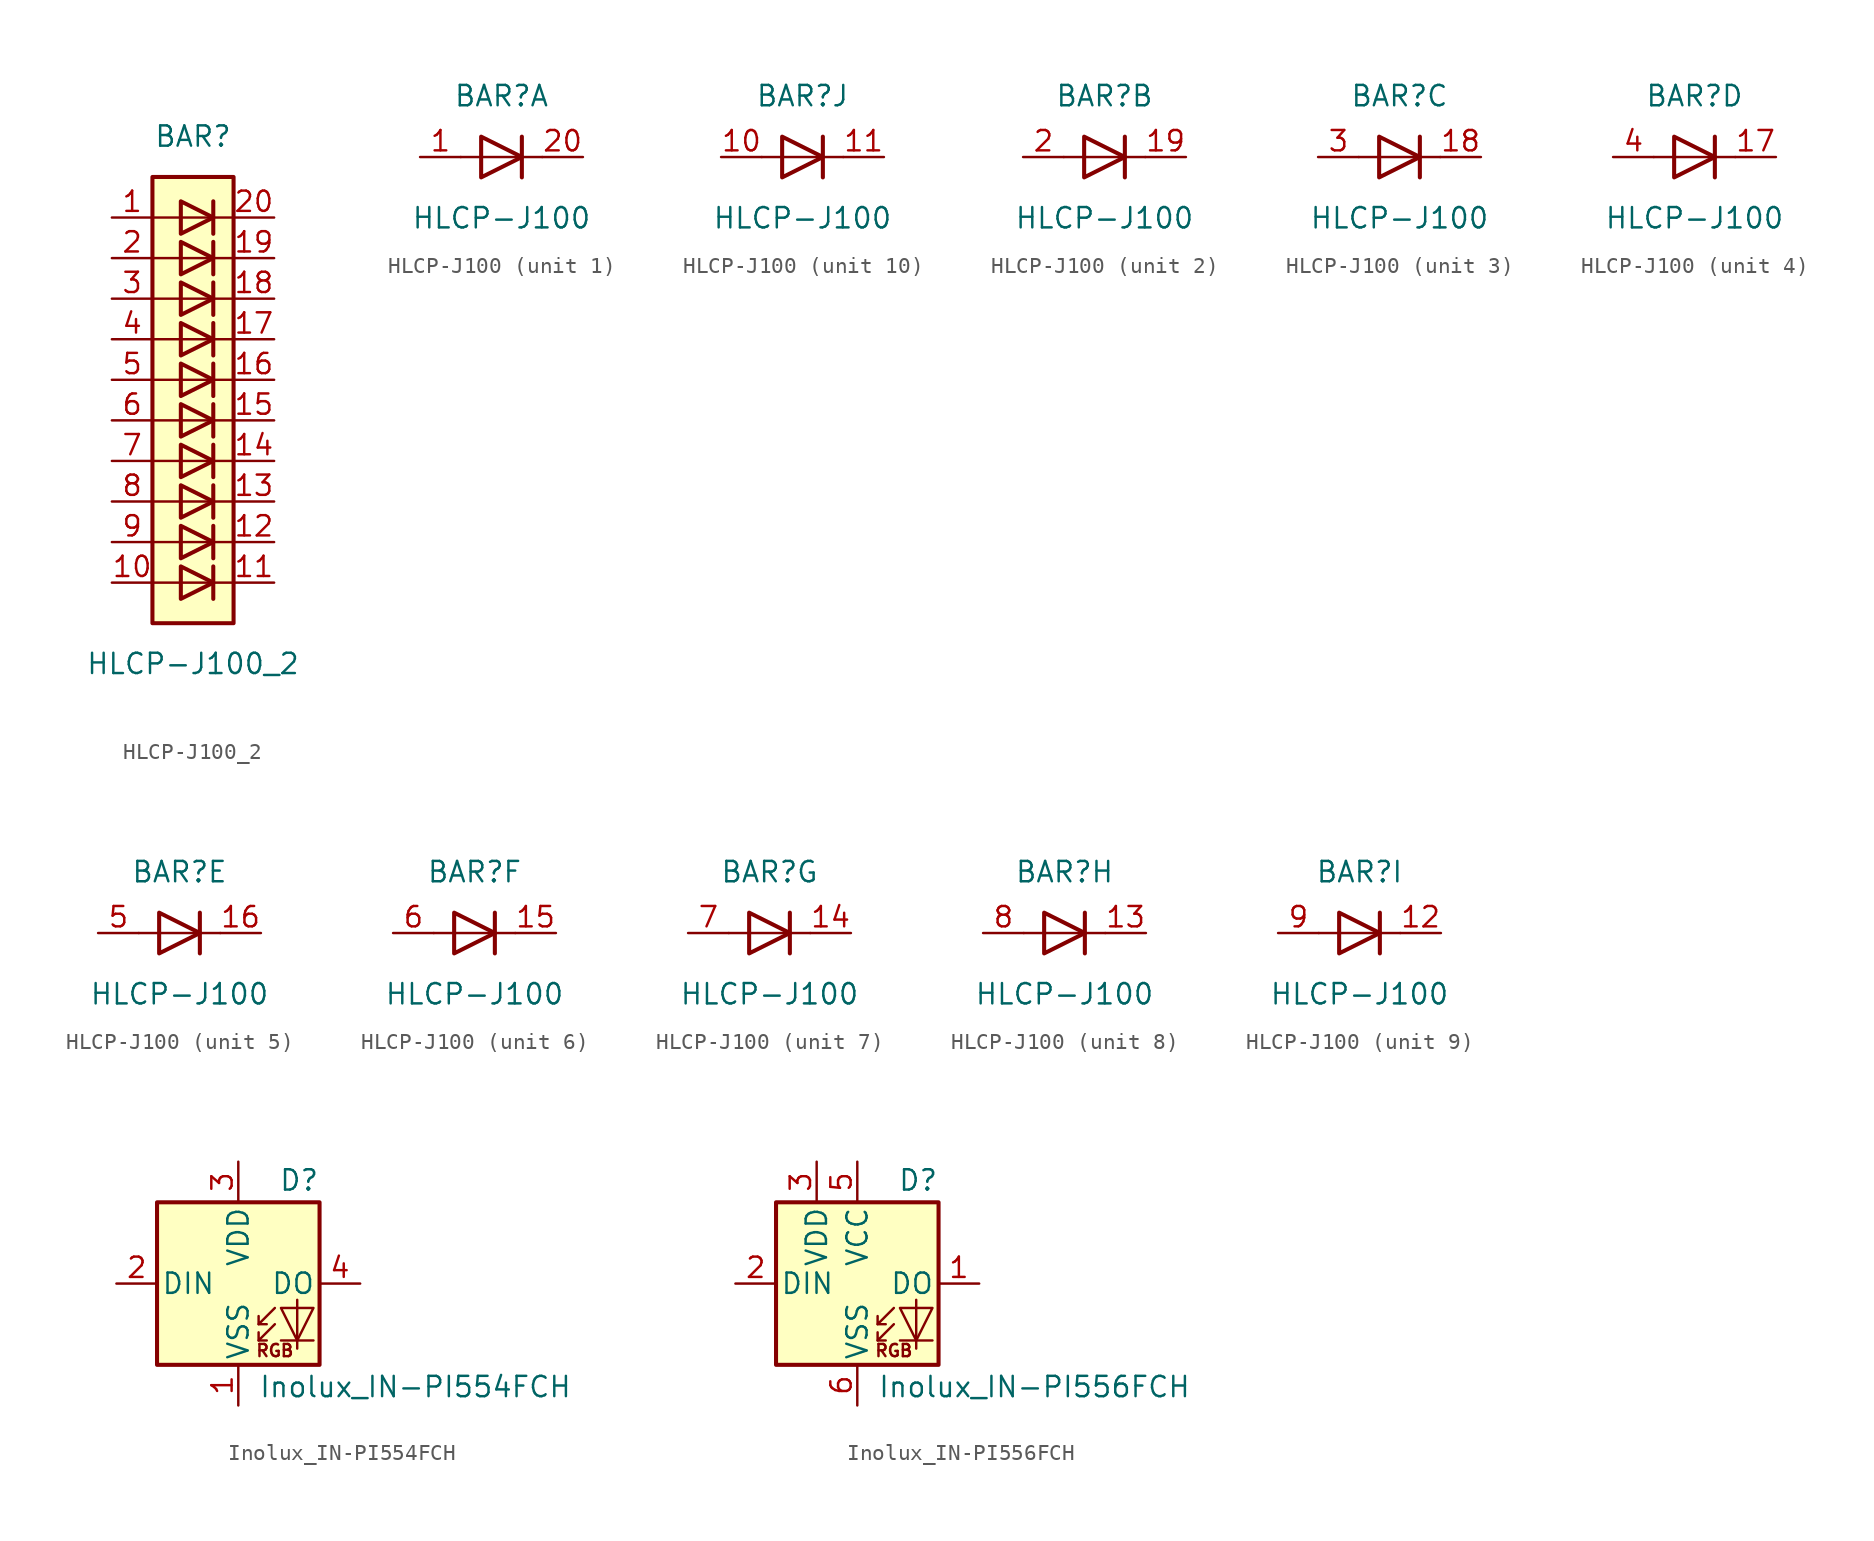
<source format=kicad_sym>
(kicad_symbol_lib
  (version 20220914)
  (generator kicad_symbol_editor)
  (symbol "HLCP-J100_2"
    (pin_names
      (offset 1.016) hide)
    (property "Reference" "BAR"
      (at 0 15.24 0)
      (effects (font (size 1.27 1.27))))
    (property "Value" "HLCP-J100_2"
      (at 0 -17.78 0)
      (effects (font (size 1.27 1.27))))
    (symbol "HLCP-J100_2_0_1"
      (rectangle (start -2.54 12.7) (end 2.54 -15.24) (stroke (width 0.254) (type solid)) (fill (type background)))
      (polyline (pts (xy -2.54 -12.7) (xy 2.54 -12.7)) (stroke (width 0) (type solid)) (fill (type none)))
      (polyline (pts (xy -2.54 -10.16) (xy 2.54 -10.16)) (stroke (width 0) (type solid)) (fill (type none)))
      (polyline (pts (xy -2.54 -7.62) (xy 2.54 -7.62)) (stroke (width 0) (type solid)) (fill (type none)))
      (polyline (pts (xy -2.54 -5.08) (xy 2.54 -5.08)) (stroke (width 0) (type solid)) (fill (type none)))
      (polyline (pts (xy -2.54 0) (xy 2.54 0)) (stroke (width 0) (type solid)) (fill (type none)))
      (polyline (pts (xy -2.54 5.08) (xy 2.54 5.08)) (stroke (width 0) (type solid)) (fill (type none)))
      (polyline (pts (xy -2.54 7.62) (xy 2.54 7.62)) (stroke (width 0) (type solid)) (fill (type none)))
      (polyline (pts (xy -2.54 10.16) (xy 2.54 10.16)) (stroke (width 0) (type solid)) (fill (type none)))
      (polyline (pts (xy 1.27 -11.684) (xy 1.27 -13.716)) (stroke (width 0.254) (type solid)) (fill (type none)))
      (polyline (pts (xy 1.27 -9.144) (xy 1.27 -11.176)) (stroke (width 0.254) (type solid)) (fill (type none)))
      (polyline (pts (xy 1.27 -6.604) (xy 1.27 -8.636)) (stroke (width 0.254) (type solid)) (fill (type none)))
      (polyline (pts (xy 1.27 -4.064) (xy 1.27 -6.096)) (stroke (width 0.254) (type solid)) (fill (type none)))
      (polyline (pts (xy 1.27 -1.524) (xy 1.27 -3.556)) (stroke (width 0.254) (type solid)) (fill (type none)))
      (polyline (pts (xy 1.27 1.016) (xy 1.27 -1.016)) (stroke (width 0.254) (type solid)) (fill (type none)))
      (polyline (pts (xy 1.27 3.556) (xy 1.27 1.524)) (stroke (width 0.254) (type solid)) (fill (type none)))
      (polyline (pts (xy 1.27 6.096) (xy 1.27 4.064)) (stroke (width 0.254) (type solid)) (fill (type none)))
      (polyline (pts (xy 1.27 8.636) (xy 1.27 6.604)) (stroke (width 0.254) (type solid)) (fill (type none)))
      (polyline (pts (xy 1.27 11.176) (xy 1.27 9.144)) (stroke (width 0.254) (type solid)) (fill (type none)))
      (polyline (pts (xy 2.54 -2.54) (xy -2.54 -2.54)) (stroke (width 0) (type solid)) (fill (type none)))
      (polyline (pts (xy 2.54 2.54) (xy -2.54 2.54)) (stroke (width 0) (type solid)) (fill (type none)))
      (polyline (pts (xy -0.762 -11.684) (xy -0.762 -13.716) (xy 1.27 -12.7) (xy -0.762 -11.684)) (stroke (width 0.254) (type solid)) (fill (type none)))
      (polyline (pts (xy -0.762 -9.144) (xy -0.762 -11.176) (xy 1.27 -10.16) (xy -0.762 -9.144)) (stroke (width 0.254) (type solid)) (fill (type none)))
      (polyline (pts (xy -0.762 -6.604) (xy -0.762 -8.636) (xy 1.27 -7.62) (xy -0.762 -6.604)) (stroke (width 0.254) (type solid)) (fill (type none)))
      (polyline (pts (xy -0.762 -4.064) (xy -0.762 -6.096) (xy 1.27 -5.08) (xy -0.762 -4.064)) (stroke (width 0.254) (type solid)) (fill (type none)))
      (polyline (pts (xy -0.762 -1.524) (xy -0.762 -3.556) (xy 1.27 -2.54) (xy -0.762 -1.524)) (stroke (width 0.254) (type solid)) (fill (type none)))
      (polyline (pts (xy -0.762 1.016) (xy -0.762 -1.016) (xy 1.27 0) (xy -0.762 1.016)) (stroke (width 0.254) (type solid)) (fill (type none)))
      (polyline (pts (xy -0.762 3.556) (xy -0.762 1.524) (xy 1.27 2.54) (xy -0.762 3.556)) (stroke (width 0.254) (type solid)) (fill (type none)))
      (polyline (pts (xy -0.762 6.096) (xy -0.762 4.064) (xy 1.27 5.08) (xy -0.762 6.096)) (stroke (width 0.254) (type solid)) (fill (type none)))
      (polyline (pts (xy -0.762 8.636) (xy -0.762 6.604) (xy 1.27 7.62) (xy -0.762 8.636)) (stroke (width 0.254) (type solid)) (fill (type none)))
      (polyline (pts (xy -0.762 11.176) (xy -0.762 9.144) (xy 1.27 10.16) (xy -0.762 11.176)) (stroke (width 0.254) (type solid)) (fill (type none))))
    (symbol "HLCP-J100_2_1_1"
      (pin passive line (at -5.08 10.16 0) (length 2.54) (name "A" (effects (font (size 1.27 1.27)))) (number "1" (effects (font (size 1.27 1.27)))))
      (pin passive line (at -5.08 -12.7 0) (length 2.54) (name "A" (effects (font (size 1.27 1.27)))) (number "10" (effects (font (size 1.27 1.27)))))
      (pin passive line (at 5.08 -12.7 180) (length 2.54) (name "K" (effects (font (size 1.27 1.27)))) (number "11" (effects (font (size 1.27 1.27)))))
      (pin passive line (at 5.08 -10.16 180) (length 2.54) (name "K" (effects (font (size 1.27 1.27)))) (number "12" (effects (font (size 1.27 1.27)))))
      (pin passive line (at 5.08 -7.62 180) (length 2.54) (name "K" (effects (font (size 1.27 1.27)))) (number "13" (effects (font (size 1.27 1.27)))))
      (pin passive line (at 5.08 -5.08 180) (length 2.54) (name "K" (effects (font (size 1.27 1.27)))) (number "14" (effects (font (size 1.27 1.27)))))
      (pin passive line (at 5.08 -2.54 180) (length 2.54) (name "K" (effects (font (size 1.27 1.27)))) (number "15" (effects (font (size 1.27 1.27)))))
      (pin passive line (at 5.08 0 180) (length 2.54) (name "K" (effects (font (size 1.27 1.27)))) (number "16" (effects (font (size 1.27 1.27)))))
      (pin passive line (at 5.08 2.54 180) (length 2.54) (name "K" (effects (font (size 1.27 1.27)))) (number "17" (effects (font (size 1.27 1.27)))))
      (pin passive line (at 5.08 5.08 180) (length 2.54) (name "K" (effects (font (size 1.27 1.27)))) (number "18" (effects (font (size 1.27 1.27)))))
      (pin passive line (at 5.08 7.62 180) (length 2.54) (name "K" (effects (font (size 1.27 1.27)))) (number "19" (effects (font (size 1.27 1.27)))))
      (pin passive line (at -5.08 7.62 0) (length 2.54) (name "A" (effects (font (size 1.27 1.27)))) (number "2" (effects (font (size 1.27 1.27)))))
      (pin passive line (at 5.08 10.16 180) (length 2.54) (name "K" (effects (font (size 1.27 1.27)))) (number "20" (effects (font (size 1.27 1.27)))))
      (pin passive line (at -5.08 5.08 0) (length 2.54) (name "A" (effects (font (size 1.27 1.27)))) (number "3" (effects (font (size 1.27 1.27)))))
      (pin passive line (at -5.08 2.54 0) (length 2.54) (name "A" (effects (font (size 1.27 1.27)))) (number "4" (effects (font (size 1.27 1.27)))))
      (pin passive line (at -5.08 0 0) (length 2.54) (name "A" (effects (font (size 1.27 1.27)))) (number "5" (effects (font (size 1.27 1.27)))))
      (pin passive line (at -5.08 -2.54 0) (length 2.54) (name "A" (effects (font (size 1.27 1.27)))) (number "6" (effects (font (size 1.27 1.27)))))
      (pin passive line (at -5.08 -5.08 0) (length 2.54) (name "A" (effects (font (size 1.27 1.27)))) (number "7" (effects (font (size 1.27 1.27)))))
      (pin passive line (at -5.08 -7.62 0) (length 2.54) (name "A" (effects (font (size 1.27 1.27)))) (number "8" (effects (font (size 1.27 1.27)))))
      (pin passive line (at -5.08 -10.16 0) (length 2.54) (name "A" (effects (font (size 1.27 1.27)))) (number "9" (effects (font (size 1.27 1.27)))))))
  (symbol "HLCP-J100"
    (pin_names
      (offset 1.016) hide)
    (property "Reference" "BAR"
      (at 0 3.81 0)
      (effects (font (size 1.27 1.27))))
    (property "Value" "HLCP-J100"
      (at 0 -3.81 0)
      (effects (font (size 1.27 1.27))))
    (symbol "HLCP-J100_0_1"
      (polyline (pts (xy -2.54 0) (xy 2.54 0)) (stroke (width 0) (type solid)) (fill (type none)))
      (polyline (pts (xy 1.27 -1.27) (xy 1.27 1.27)) (stroke (width 0.254) (type solid)) (fill (type none)))
      (polyline (pts (xy -1.27 1.27) (xy -1.27 -1.27) (xy 1.27 0) (xy -1.27 1.27)) (stroke (width 0.254) (type solid)) (fill (type none))))
    (symbol "HLCP-J100_1_1"
      (pin passive line (at -5.08 0 0) (length 2.54) (name "A" (effects (font (size 1.27 1.27)))) (number "1" (effects (font (size 1.27 1.27)))))
      (pin passive line (at 5.08 0 180) (length 2.54) (name "K" (effects (font (size 1.27 1.27)))) (number "20" (effects (font (size 1.27 1.27))))))
    (symbol "HLCP-J100_2_1"
      (pin passive line (at 5.08 0 180) (length 2.54) (name "K" (effects (font (size 1.27 1.27)))) (number "19" (effects (font (size 1.27 1.27)))))
      (pin passive line (at -5.08 0 0) (length 2.54) (name "A" (effects (font (size 1.27 1.27)))) (number "2" (effects (font (size 1.27 1.27))))))
    (symbol "HLCP-J100_3_1"
      (pin passive line (at 5.08 0 180) (length 2.54) (name "K" (effects (font (size 1.27 1.27)))) (number "18" (effects (font (size 1.27 1.27)))))
      (pin passive line (at -5.08 0 0) (length 2.54) (name "A" (effects (font (size 1.27 1.27)))) (number "3" (effects (font (size 1.27 1.27))))))
    (symbol "HLCP-J100_4_1"
      (pin passive line (at 5.08 0 180) (length 2.54) (name "K" (effects (font (size 1.27 1.27)))) (number "17" (effects (font (size 1.27 1.27)))))
      (pin passive line (at -5.08 0 0) (length 2.54) (name "A" (effects (font (size 1.27 1.27)))) (number "4" (effects (font (size 1.27 1.27))))))
    (symbol "HLCP-J100_5_1"
      (pin passive line (at 5.08 0 180) (length 2.54) (name "K" (effects (font (size 1.27 1.27)))) (number "16" (effects (font (size 1.27 1.27)))))
      (pin passive line (at -5.08 0 0) (length 2.54) (name "A" (effects (font (size 1.27 1.27)))) (number "5" (effects (font (size 1.27 1.27))))))
    (symbol "HLCP-J100_6_1"
      (pin passive line (at 5.08 0 180) (length 2.54) (name "K" (effects (font (size 1.27 1.27)))) (number "15" (effects (font (size 1.27 1.27)))))
      (pin passive line (at -5.08 0 0) (length 2.54) (name "A" (effects (font (size 1.27 1.27)))) (number "6" (effects (font (size 1.27 1.27))))))
    (symbol "HLCP-J100_7_1"
      (pin passive line (at 5.08 0 180) (length 2.54) (name "K" (effects (font (size 1.27 1.27)))) (number "14" (effects (font (size 1.27 1.27)))))
      (pin passive line (at -5.08 0 0) (length 2.54) (name "A" (effects (font (size 1.27 1.27)))) (number "7" (effects (font (size 1.27 1.27))))))
    (symbol "HLCP-J100_8_1"
      (pin passive line (at 5.08 0 180) (length 2.54) (name "K" (effects (font (size 1.27 1.27)))) (number "13" (effects (font (size 1.27 1.27)))))
      (pin passive line (at -5.08 0 0) (length 2.54) (name "A" (effects (font (size 1.27 1.27)))) (number "8" (effects (font (size 1.27 1.27))))))
    (symbol "HLCP-J100_9_1"
      (pin passive line (at 5.08 0 180) (length 2.54) (name "K" (effects (font (size 1.27 1.27)))) (number "12" (effects (font (size 1.27 1.27)))))
      (pin passive line (at -5.08 0 0) (length 2.54) (name "A" (effects (font (size 1.27 1.27)))) (number "9" (effects (font (size 1.27 1.27))))))
    (symbol "HLCP-J100_10_1"
      (pin passive line (at -5.08 0 0) (length 2.54) (name "A" (effects (font (size 1.27 1.27)))) (number "10" (effects (font (size 1.27 1.27)))))
      (pin passive line (at 5.08 0 180) (length 2.54) (name "K" (effects (font (size 1.27 1.27)))) (number "11" (effects (font (size 1.27 1.27)))))))
  (symbol "Inolux_IN-PI554FCH"
    (pin_names
      (offset 0.254))
    (property "Reference" "D"
      (at 5.08 5.715 0)
      (effects (font (size 1.27 1.27)) (justify right bottom)))
    (property "Value" "Inolux_IN-PI554FCH"
      (at 1.27 -5.715 0)
      (effects (font (size 1.27 1.27)) (justify left top)))
    (symbol "Inolux_IN-PI554FCH_0_0"
      (text "RGB" (at 2.286 -4.191 0) (effects (font (size 0.762 0.762)))))
    (symbol "Inolux_IN-PI554FCH_0_1"
      (polyline (pts (xy 1.27 -3.556) (xy 1.778 -3.556)) (stroke (width 0) (type solid)) (fill (type none)))
      (polyline (pts (xy 1.27 -2.54) (xy 1.778 -2.54)) (stroke (width 0) (type solid)) (fill (type none)))
      (polyline (pts (xy 4.699 -3.556) (xy 2.667 -3.556)) (stroke (width 0) (type solid)) (fill (type none)))
      (polyline (pts (xy 2.286 -2.54) (xy 1.27 -3.556) (xy 1.27 -3.048)) (stroke (width 0) (type solid)) (fill (type none)))
      (polyline (pts (xy 2.286 -1.524) (xy 1.27 -2.54) (xy 1.27 -2.032)) (stroke (width 0) (type solid)) (fill (type none)))
      (polyline (pts (xy 3.683 -1.016) (xy 3.683 -3.556) (xy 3.683 -4.064)) (stroke (width 0) (type solid)) (fill (type none)))
      (polyline (pts (xy 4.699 -1.524) (xy 2.667 -1.524) (xy 3.683 -3.556) (xy 4.699 -1.524)) (stroke (width 0) (type solid)) (fill (type none)))
      (rectangle (start 5.08 5.08) (end -5.08 -5.08) (stroke (width 0.254) (type solid)) (fill (type background))))
    (symbol "Inolux_IN-PI554FCH_1_1"
      (pin power_in line (at 0 -7.62 90) (length 2.54) (name "VSS" (effects (font (size 1.27 1.27)))) (number "1" (effects (font (size 1.27 1.27)))))
      (pin input line (at -7.62 0 0) (length 2.54) (name "DIN" (effects (font (size 1.27 1.27)))) (number "2" (effects (font (size 1.27 1.27)))))
      (pin power_in line (at 0 7.62 270) (length 2.54) (name "VDD" (effects (font (size 1.27 1.27)))) (number "3" (effects (font (size 1.27 1.27)))))
      (pin output line (at 7.62 0 180) (length 2.54) (name "DO" (effects (font (size 1.27 1.27)))) (number "4" (effects (font (size 1.27 1.27)))))))
  (symbol "Inolux_IN-PI556FCH"
    (pin_names
      (offset 0.254))
    (property "Reference" "D"
      (at 5.08 5.715 0)
      (effects (font (size 1.27 1.27)) (justify right bottom)))
    (property "Value" "Inolux_IN-PI556FCH"
      (at 1.27 -5.715 0)
      (effects (font (size 1.27 1.27)) (justify left top)))
    (symbol "Inolux_IN-PI556FCH_0_0"
      (text "RGB" (at 2.286 -4.191 0) (effects (font (size 0.762 0.762)))))
    (symbol "Inolux_IN-PI556FCH_0_1"
      (polyline (pts (xy 1.27 -3.556) (xy 1.778 -3.556)) (stroke (width 0) (type solid)) (fill (type none)))
      (polyline (pts (xy 1.27 -2.54) (xy 1.778 -2.54)) (stroke (width 0) (type solid)) (fill (type none)))
      (polyline (pts (xy 4.699 -3.556) (xy 2.667 -3.556)) (stroke (width 0) (type solid)) (fill (type none)))
      (polyline (pts (xy 2.286 -2.54) (xy 1.27 -3.556) (xy 1.27 -3.048)) (stroke (width 0) (type solid)) (fill (type none)))
      (polyline (pts (xy 2.286 -1.524) (xy 1.27 -2.54) (xy 1.27 -2.032)) (stroke (width 0) (type solid)) (fill (type none)))
      (polyline (pts (xy 3.683 -1.016) (xy 3.683 -3.556) (xy 3.683 -4.064)) (stroke (width 0) (type solid)) (fill (type none)))
      (polyline (pts (xy 4.699 -1.524) (xy 2.667 -1.524) (xy 3.683 -3.556) (xy 4.699 -1.524)) (stroke (width 0) (type solid)) (fill (type none)))
      (rectangle (start 5.08 5.08) (end -5.08 -5.08) (stroke (width 0.254) (type solid)) (fill (type background))))
    (symbol "Inolux_IN-PI556FCH_1_1"
      (pin output line (at 7.62 0 180) (length 2.54) (name "DO" (effects (font (size 1.27 1.27)))) (number "1" (effects (font (size 1.27 1.27)))))
      (pin input line (at -7.62 0 0) (length 2.54) (name "DIN" (effects (font (size 1.27 1.27)))) (number "2" (effects (font (size 1.27 1.27)))))
      (pin power_in line (at -2.54 7.62 270) (length 2.54) (name "VDD" (effects (font (size 1.27 1.27)))) (number "3" (effects (font (size 1.27 1.27)))))
      (pin no_connect line (at 5.08 2.54 180) (length 2.54) hide (name "NC" (effects (font (size 1.27 1.27)))) (number "4" (effects (font (size 1.27 1.27)))))
      (pin power_in line (at 0 7.62 270) (length 2.54) (name "VCC" (effects (font (size 1.27 1.27)))) (number "5" (effects (font (size 1.27 1.27)))))
      (pin power_in line (at 0 -7.62 90) (length 2.54) (name "VSS" (effects (font (size 1.27 1.27)))) (number "6" (effects (font (size 1.27 1.27))))))))
</source>
